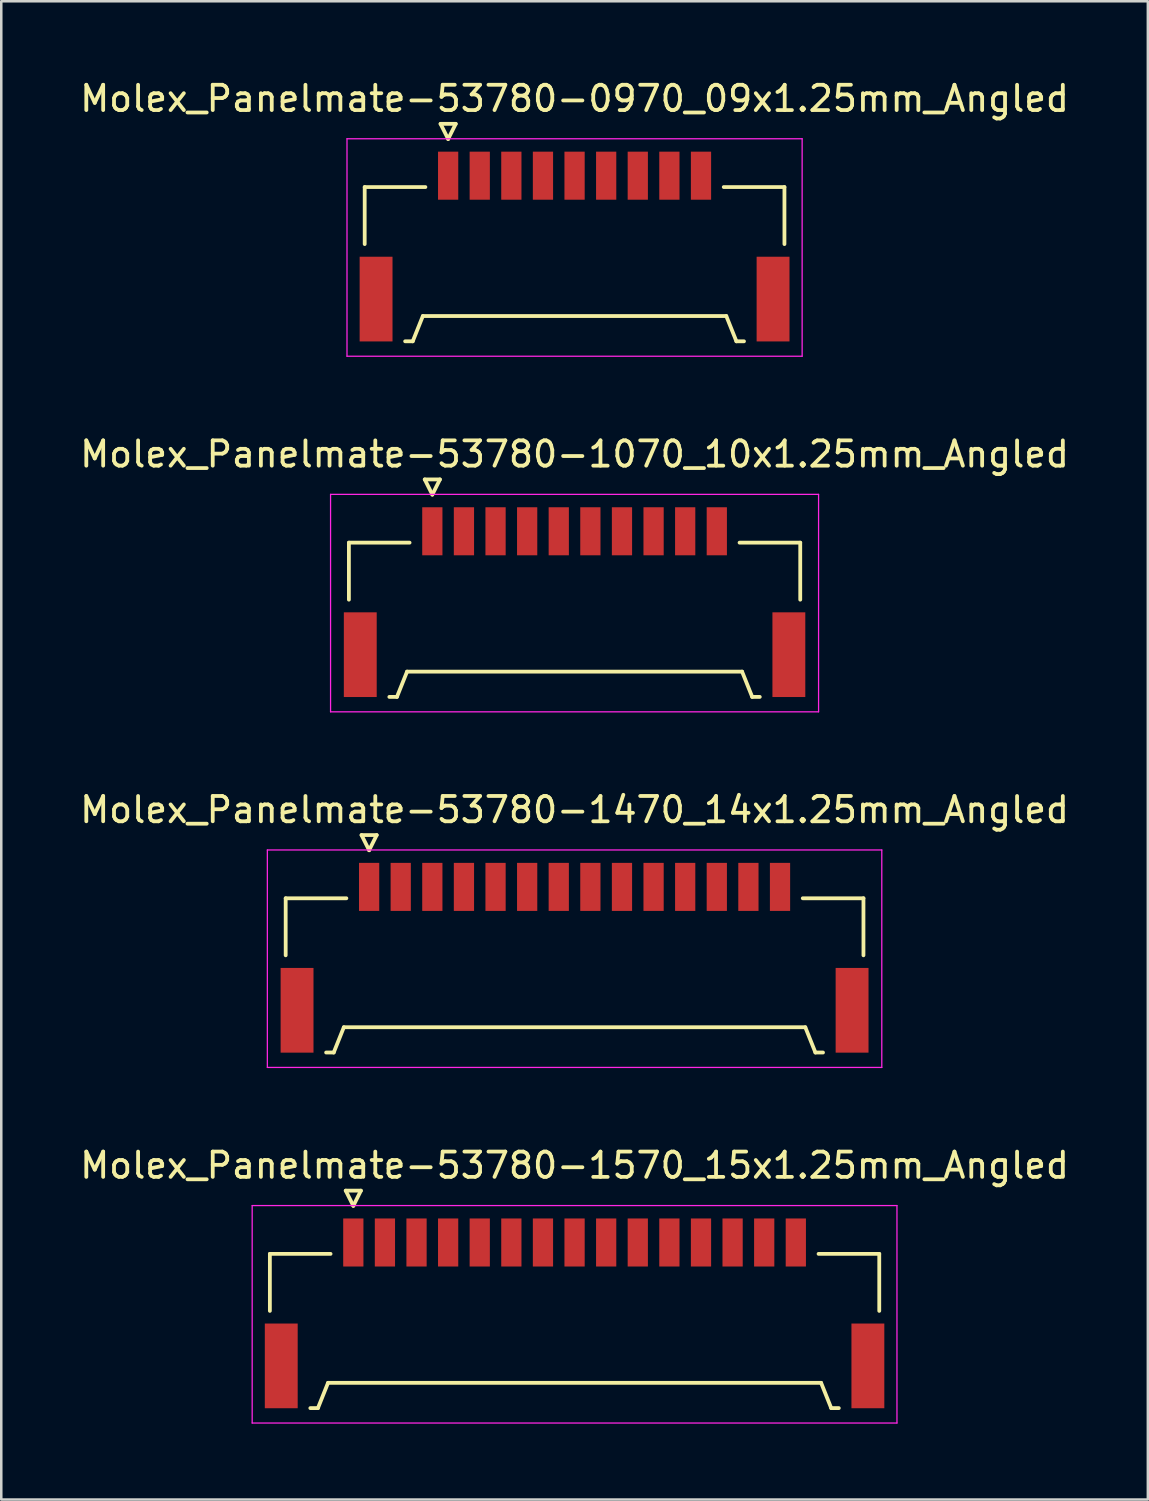
<source format=kicad_pcb>
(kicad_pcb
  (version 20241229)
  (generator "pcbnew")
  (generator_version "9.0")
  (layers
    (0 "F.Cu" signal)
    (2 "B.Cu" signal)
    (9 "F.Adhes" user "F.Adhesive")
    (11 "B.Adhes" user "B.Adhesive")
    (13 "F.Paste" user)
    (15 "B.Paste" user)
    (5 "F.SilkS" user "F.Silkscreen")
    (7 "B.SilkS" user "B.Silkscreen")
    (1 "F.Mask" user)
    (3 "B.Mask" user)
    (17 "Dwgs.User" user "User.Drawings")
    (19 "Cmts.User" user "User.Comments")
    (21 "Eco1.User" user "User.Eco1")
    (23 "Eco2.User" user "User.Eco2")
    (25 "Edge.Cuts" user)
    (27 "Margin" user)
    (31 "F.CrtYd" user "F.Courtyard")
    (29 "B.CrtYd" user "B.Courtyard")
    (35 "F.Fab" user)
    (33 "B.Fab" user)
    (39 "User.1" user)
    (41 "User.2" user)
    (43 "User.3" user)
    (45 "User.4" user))
  (footprint "Molex_Panelmate-53780-1470_14x1.25mm_Angled"
    (layer "F.Cu")
    (at 19.673 34.465)
    (property "Reference" "Molex_Panelmate-53780-1470_14x1.25mm_Angled" (at 0 -5.49 0) (layer "F.SilkS") (effects (font (size 1 1) (thickness 0.15))))
    (attr smd)
    (fp_line (start -11.425 -1.99) (end -11.425 0.265) (stroke (width 0.15) (type solid)) (layer "F.SilkS"))
    (fp_line (start -9.825 4.11) (end -9.525 4.11) (stroke (width 0.15) (type solid)) (layer "F.SilkS"))
    (fp_line (start -9.525 4.11) (end -9.125 3.11) (stroke (width 0.15) (type solid)) (layer "F.SilkS"))
    (fp_line (start -9.125 3.11) (end 9.125 3.11) (stroke (width 0.15) (type solid)) (layer "F.SilkS"))
    (fp_line (start -9.025 -1.99) (end -11.425 -1.99) (stroke (width 0.15) (type solid)) (layer "F.SilkS"))
    (fp_line (start -8.425 -4.49) (end -8.125 -3.89) (stroke (width 0.15) (type solid)) (layer "F.SilkS"))
    (fp_line (start -8.125 -3.89) (end -7.825 -4.49) (stroke (width 0.15) (type solid)) (layer "F.SilkS"))
    (fp_line (start -7.825 -4.49) (end -8.425 -4.49) (stroke (width 0.15) (type solid)) (layer "F.SilkS"))
    (fp_line (start 9.025 -1.99) (end 11.425 -1.99) (stroke (width 0.15) (type solid)) (layer "F.SilkS"))
    (fp_line (start 9.125 3.11) (end 9.525 4.11) (stroke (width 0.15) (type solid)) (layer "F.SilkS"))
    (fp_line (start 9.525 4.11) (end 9.825 4.11) (stroke (width 0.15) (type solid)) (layer "F.SilkS"))
    (fp_line (start 11.425 -1.99) (end 11.425 0.265) (stroke (width 0.15) (type solid)) (layer "F.SilkS"))
    (fp_line (start -12.15 -3.9) (end -12.15 4.7) (stroke (width 0.05) (type solid)) (layer "F.CrtYd"))
    (fp_line (start -12.15 4.7) (end 12.15 4.7) (stroke (width 0.05) (type solid)) (layer "F.CrtYd"))
    (fp_line (start 12.15 -3.9) (end -12.15 -3.9) (stroke (width 0.05) (type solid)) (layer "F.CrtYd"))
    (fp_line (start 12.15 4.7) (end 12.15 -3.9) (stroke (width 0.05) (type solid)) (layer "F.CrtYd"))
    (pad "" smd rect (at -10.975 2.44) (size 1.3 3.35) (layers "F.Cu" "F.Mask" "F.Paste"))
    (pad "" smd rect (at 10.975 2.44) (size 1.3 3.35) (layers "F.Cu" "F.Mask" "F.Paste"))
    (pad "1" smd rect (at -8.125 -2.44) (size 0.8 1.9) (layers "F.Cu" "F.Mask" "F.Paste"))
    (pad "2" smd rect (at -6.875 -2.44) (size 0.8 1.9) (layers "F.Cu" "F.Mask" "F.Paste"))
    (pad "3" smd rect (at -5.625 -2.44) (size 0.8 1.9) (layers "F.Cu" "F.Mask" "F.Paste"))
    (pad "4" smd rect (at -4.375 -2.44) (size 0.8 1.9) (layers "F.Cu" "F.Mask" "F.Paste"))
    (pad "5" smd rect (at -3.125 -2.44) (size 0.8 1.9) (layers "F.Cu" "F.Mask" "F.Paste"))
    (pad "6" smd rect (at -1.875 -2.44) (size 0.8 1.9) (layers "F.Cu" "F.Mask" "F.Paste"))
    (pad "7" smd rect (at -0.625 -2.44) (size 0.8 1.9) (layers "F.Cu" "F.Mask" "F.Paste"))
    (pad "8" smd rect (at 0.625 -2.44) (size 0.8 1.9) (layers "F.Cu" "F.Mask" "F.Paste"))
    (pad "9" smd rect (at 1.875 -2.44) (size 0.8 1.9) (layers "F.Cu" "F.Mask" "F.Paste"))
    (pad "10" smd rect (at 3.125 -2.44) (size 0.8 1.9) (layers "F.Cu" "F.Mask" "F.Paste"))
    (pad "11" smd rect (at 4.375 -2.44) (size 0.8 1.9) (layers "F.Cu" "F.Mask" "F.Paste"))
    (pad "12" smd rect (at 5.625 -2.44) (size 0.8 1.9) (layers "F.Cu" "F.Mask" "F.Paste"))
    (pad "13" smd rect (at 6.875 -2.44) (size 0.8 1.9) (layers "F.Cu" "F.Mask" "F.Paste"))
    (pad "14" smd rect (at 8.125 -2.44) (size 0.8 1.9) (layers "F.Cu" "F.Mask" "F.Paste")))
  (footprint "Molex_Panelmate-53780-1570_15x1.25mm_Angled"
    (layer "F.Cu")
    (at 19.673 48.528)
    (property "Reference" "Molex_Panelmate-53780-1570_15x1.25mm_Angled" (at 0 -5.49 0) (layer "F.SilkS") (effects (font (size 1 1) (thickness 0.15))))
    (attr smd)
    (fp_line (start -12.05 -1.99) (end -12.05 0.265) (stroke (width 0.15) (type solid)) (layer "F.SilkS"))
    (fp_line (start -10.45 4.11) (end -10.15 4.11) (stroke (width 0.15) (type solid)) (layer "F.SilkS"))
    (fp_line (start -10.15 4.11) (end -9.75 3.11) (stroke (width 0.15) (type solid)) (layer "F.SilkS"))
    (fp_line (start -9.75 3.11) (end 9.75 3.11) (stroke (width 0.15) (type solid)) (layer "F.SilkS"))
    (fp_line (start -9.65 -1.99) (end -12.05 -1.99) (stroke (width 0.15) (type solid)) (layer "F.SilkS"))
    (fp_line (start -9.05 -4.49) (end -8.75 -3.89) (stroke (width 0.15) (type solid)) (layer "F.SilkS"))
    (fp_line (start -8.75 -3.89) (end -8.45 -4.49) (stroke (width 0.15) (type solid)) (layer "F.SilkS"))
    (fp_line (start -8.45 -4.49) (end -9.05 -4.49) (stroke (width 0.15) (type solid)) (layer "F.SilkS"))
    (fp_line (start 9.65 -1.99) (end 12.05 -1.99) (stroke (width 0.15) (type solid)) (layer "F.SilkS"))
    (fp_line (start 9.75 3.11) (end 10.15 4.11) (stroke (width 0.15) (type solid)) (layer "F.SilkS"))
    (fp_line (start 10.15 4.11) (end 10.45 4.11) (stroke (width 0.15) (type solid)) (layer "F.SilkS"))
    (fp_line (start 12.05 -1.99) (end 12.05 0.265) (stroke (width 0.15) (type solid)) (layer "F.SilkS"))
    (fp_line (start -12.75 -3.9) (end -12.75 4.7) (stroke (width 0.05) (type solid)) (layer "F.CrtYd"))
    (fp_line (start -12.75 4.7) (end 12.75 4.7) (stroke (width 0.05) (type solid)) (layer "F.CrtYd"))
    (fp_line (start 12.75 -3.9) (end -12.75 -3.9) (stroke (width 0.05) (type solid)) (layer "F.CrtYd"))
    (fp_line (start 12.75 4.7) (end 12.75 -3.9) (stroke (width 0.05) (type solid)) (layer "F.CrtYd"))
    (pad "" smd rect (at -11.6 2.44) (size 1.3 3.35) (layers "F.Cu" "F.Mask" "F.Paste"))
    (pad "" smd rect (at 11.6 2.44) (size 1.3 3.35) (layers "F.Cu" "F.Mask" "F.Paste"))
    (pad "1" smd rect (at -8.75 -2.44) (size 0.8 1.9) (layers "F.Cu" "F.Mask" "F.Paste"))
    (pad "2" smd rect (at -7.5 -2.44) (size 0.8 1.9) (layers "F.Cu" "F.Mask" "F.Paste"))
    (pad "3" smd rect (at -6.25 -2.44) (size 0.8 1.9) (layers "F.Cu" "F.Mask" "F.Paste"))
    (pad "4" smd rect (at -5 -2.44) (size 0.8 1.9) (layers "F.Cu" "F.Mask" "F.Paste"))
    (pad "5" smd rect (at -3.75 -2.44) (size 0.8 1.9) (layers "F.Cu" "F.Mask" "F.Paste"))
    (pad "6" smd rect (at -2.5 -2.44) (size 0.8 1.9) (layers "F.Cu" "F.Mask" "F.Paste"))
    (pad "7" smd rect (at -1.25 -2.44) (size 0.8 1.9) (layers "F.Cu" "F.Mask" "F.Paste"))
    (pad "8" smd rect (at 0 -2.44) (size 0.8 1.9) (layers "F.Cu" "F.Mask" "F.Paste"))
    (pad "9" smd rect (at 1.25 -2.44) (size 0.8 1.9) (layers "F.Cu" "F.Mask" "F.Paste"))
    (pad "10" smd rect (at 2.5 -2.44) (size 0.8 1.9) (layers "F.Cu" "F.Mask" "F.Paste"))
    (pad "11" smd rect (at 3.75 -2.44) (size 0.8 1.9) (layers "F.Cu" "F.Mask" "F.Paste"))
    (pad "12" smd rect (at 5 -2.44) (size 0.8 1.9) (layers "F.Cu" "F.Mask" "F.Paste"))
    (pad "13" smd rect (at 6.25 -2.44) (size 0.8 1.9) (layers "F.Cu" "F.Mask" "F.Paste"))
    (pad "14" smd rect (at 7.5 -2.44) (size 0.8 1.9) (layers "F.Cu" "F.Mask" "F.Paste"))
    (pad "15" smd rect (at 8.75 -2.44) (size 0.8 1.9) (layers "F.Cu" "F.Mask" "F.Paste")))
  (footprint "Molex_Panelmate-53780-1070_10x1.25mm_Angled"
    (layer "F.Cu")
    (at 19.673 20.401)
    (property "Reference" "Molex_Panelmate-53780-1070_10x1.25mm_Angled" (at 0 -5.49 0) (layer "F.SilkS") (effects (font (size 1 1) (thickness 0.15))))
    (attr smd)
    (fp_line (start -8.925 -1.99) (end -8.925 0.265) (stroke (width 0.15) (type solid)) (layer "F.SilkS"))
    (fp_line (start -7.325 4.11) (end -7.025 4.11) (stroke (width 0.15) (type solid)) (layer "F.SilkS"))
    (fp_line (start -7.025 4.11) (end -6.625 3.11) (stroke (width 0.15) (type solid)) (layer "F.SilkS"))
    (fp_line (start -6.625 3.11) (end 6.625 3.11) (stroke (width 0.15) (type solid)) (layer "F.SilkS"))
    (fp_line (start -6.525 -1.99) (end -8.925 -1.99) (stroke (width 0.15) (type solid)) (layer "F.SilkS"))
    (fp_line (start -5.925 -4.49) (end -5.625 -3.89) (stroke (width 0.15) (type solid)) (layer "F.SilkS"))
    (fp_line (start -5.625 -3.89) (end -5.325 -4.49) (stroke (width 0.15) (type solid)) (layer "F.SilkS"))
    (fp_line (start -5.325 -4.49) (end -5.925 -4.49) (stroke (width 0.15) (type solid)) (layer "F.SilkS"))
    (fp_line (start 6.525 -1.99) (end 8.925 -1.99) (stroke (width 0.15) (type solid)) (layer "F.SilkS"))
    (fp_line (start 6.625 3.11) (end 7.025 4.11) (stroke (width 0.15) (type solid)) (layer "F.SilkS"))
    (fp_line (start 7.025 4.11) (end 7.325 4.11) (stroke (width 0.15) (type solid)) (layer "F.SilkS"))
    (fp_line (start 8.925 -1.99) (end 8.925 0.265) (stroke (width 0.15) (type solid)) (layer "F.SilkS"))
    (fp_line (start -9.65 -3.9) (end -9.65 4.7) (stroke (width 0.05) (type solid)) (layer "F.CrtYd"))
    (fp_line (start -9.65 4.7) (end 9.65 4.7) (stroke (width 0.05) (type solid)) (layer "F.CrtYd"))
    (fp_line (start 9.65 -3.9) (end -9.65 -3.9) (stroke (width 0.05) (type solid)) (layer "F.CrtYd"))
    (fp_line (start 9.65 4.7) (end 9.65 -3.9) (stroke (width 0.05) (type solid)) (layer "F.CrtYd"))
    (pad "" smd rect (at -8.475 2.44) (size 1.3 3.35) (layers "F.Cu" "F.Mask" "F.Paste"))
    (pad "" smd rect (at 8.475 2.44) (size 1.3 3.35) (layers "F.Cu" "F.Mask" "F.Paste"))
    (pad "1" smd rect (at -5.625 -2.44) (size 0.8 1.9) (layers "F.Cu" "F.Mask" "F.Paste"))
    (pad "2" smd rect (at -4.375 -2.44) (size 0.8 1.9) (layers "F.Cu" "F.Mask" "F.Paste"))
    (pad "3" smd rect (at -3.125 -2.44) (size 0.8 1.9) (layers "F.Cu" "F.Mask" "F.Paste"))
    (pad "4" smd rect (at -1.875 -2.44) (size 0.8 1.9) (layers "F.Cu" "F.Mask" "F.Paste"))
    (pad "5" smd rect (at -0.625 -2.44) (size 0.8 1.9) (layers "F.Cu" "F.Mask" "F.Paste"))
    (pad "6" smd rect (at 0.625 -2.44) (size 0.8 1.9) (layers "F.Cu" "F.Mask" "F.Paste"))
    (pad "7" smd rect (at 1.875 -2.44) (size 0.8 1.9) (layers "F.Cu" "F.Mask" "F.Paste"))
    (pad "8" smd rect (at 3.125 -2.44) (size 0.8 1.9) (layers "F.Cu" "F.Mask" "F.Paste"))
    (pad "9" smd rect (at 4.375 -2.44) (size 0.8 1.9) (layers "F.Cu" "F.Mask" "F.Paste"))
    (pad "10" smd rect (at 5.625 -2.44) (size 0.8 1.9) (layers "F.Cu" "F.Mask" "F.Paste")))
  (footprint "Molex_Panelmate-53780-0970_09x1.25mm_Angled"
    (layer "F.Cu")
    (at 19.673 6.338)
    (property "Reference" "Molex_Panelmate-53780-0970_09x1.25mm_Angled" (at 0 -5.49 0) (layer "F.SilkS") (effects (font (size 1 1) (thickness 0.15))))
    (attr smd)
    (fp_line (start -8.3 -1.99) (end -8.3 0.265) (stroke (width 0.15) (type solid)) (layer "F.SilkS"))
    (fp_line (start -6.7 4.11) (end -6.4 4.11) (stroke (width 0.15) (type solid)) (layer "F.SilkS"))
    (fp_line (start -6.4 4.11) (end -6 3.11) (stroke (width 0.15) (type solid)) (layer "F.SilkS"))
    (fp_line (start -6 3.11) (end 6 3.11) (stroke (width 0.15) (type solid)) (layer "F.SilkS"))
    (fp_line (start -5.9 -1.99) (end -8.3 -1.99) (stroke (width 0.15) (type solid)) (layer "F.SilkS"))
    (fp_line (start -5.3 -4.49) (end -5 -3.89) (stroke (width 0.15) (type solid)) (layer "F.SilkS"))
    (fp_line (start -5 -3.89) (end -4.7 -4.49) (stroke (width 0.15) (type solid)) (layer "F.SilkS"))
    (fp_line (start -4.7 -4.49) (end -5.3 -4.49) (stroke (width 0.15) (type solid)) (layer "F.SilkS"))
    (fp_line (start 5.9 -1.99) (end 8.3 -1.99) (stroke (width 0.15) (type solid)) (layer "F.SilkS"))
    (fp_line (start 6 3.11) (end 6.4 4.11) (stroke (width 0.15) (type solid)) (layer "F.SilkS"))
    (fp_line (start 6.4 4.11) (end 6.7 4.11) (stroke (width 0.15) (type solid)) (layer "F.SilkS"))
    (fp_line (start 8.3 -1.99) (end 8.3 0.265) (stroke (width 0.15) (type solid)) (layer "F.SilkS"))
    (fp_line (start -9 -3.9) (end -9 4.7) (stroke (width 0.05) (type solid)) (layer "F.CrtYd"))
    (fp_line (start -9 4.7) (end 9 4.7) (stroke (width 0.05) (type solid)) (layer "F.CrtYd"))
    (fp_line (start 9 -3.9) (end -9 -3.9) (stroke (width 0.05) (type solid)) (layer "F.CrtYd"))
    (fp_line (start 9 4.7) (end 9 -3.9) (stroke (width 0.05) (type solid)) (layer "F.CrtYd"))
    (pad "" smd rect (at -7.85 2.44) (size 1.3 3.35) (layers "F.Cu" "F.Mask" "F.Paste"))
    (pad "" smd rect (at 7.85 2.44) (size 1.3 3.35) (layers "F.Cu" "F.Mask" "F.Paste"))
    (pad "1" smd rect (at -5 -2.44) (size 0.8 1.9) (layers "F.Cu" "F.Mask" "F.Paste"))
    (pad "2" smd rect (at -3.75 -2.44) (size 0.8 1.9) (layers "F.Cu" "F.Mask" "F.Paste"))
    (pad "3" smd rect (at -2.5 -2.44) (size 0.8 1.9) (layers "F.Cu" "F.Mask" "F.Paste"))
    (pad "4" smd rect (at -1.25 -2.44) (size 0.8 1.9) (layers "F.Cu" "F.Mask" "F.Paste"))
    (pad "5" smd rect (at 0 -2.44) (size 0.8 1.9) (layers "F.Cu" "F.Mask" "F.Paste"))
    (pad "6" smd rect (at 1.25 -2.44) (size 0.8 1.9) (layers "F.Cu" "F.Mask" "F.Paste"))
    (pad "7" smd rect (at 2.5 -2.44) (size 0.8 1.9) (layers "F.Cu" "F.Mask" "F.Paste"))
    (pad "8" smd rect (at 3.75 -2.44) (size 0.8 1.9) (layers "F.Cu" "F.Mask" "F.Paste"))
    (pad "9" smd rect (at 5 -2.44) (size 0.8 1.9) (layers "F.Cu" "F.Mask" "F.Paste")))
  (gr_rect
    (start -3 -3)
    (end 42.345 56.253)
    (stroke (width 0.1) (type default))
    (fill no)
    (layer "Edge.Cuts")))
</source>
